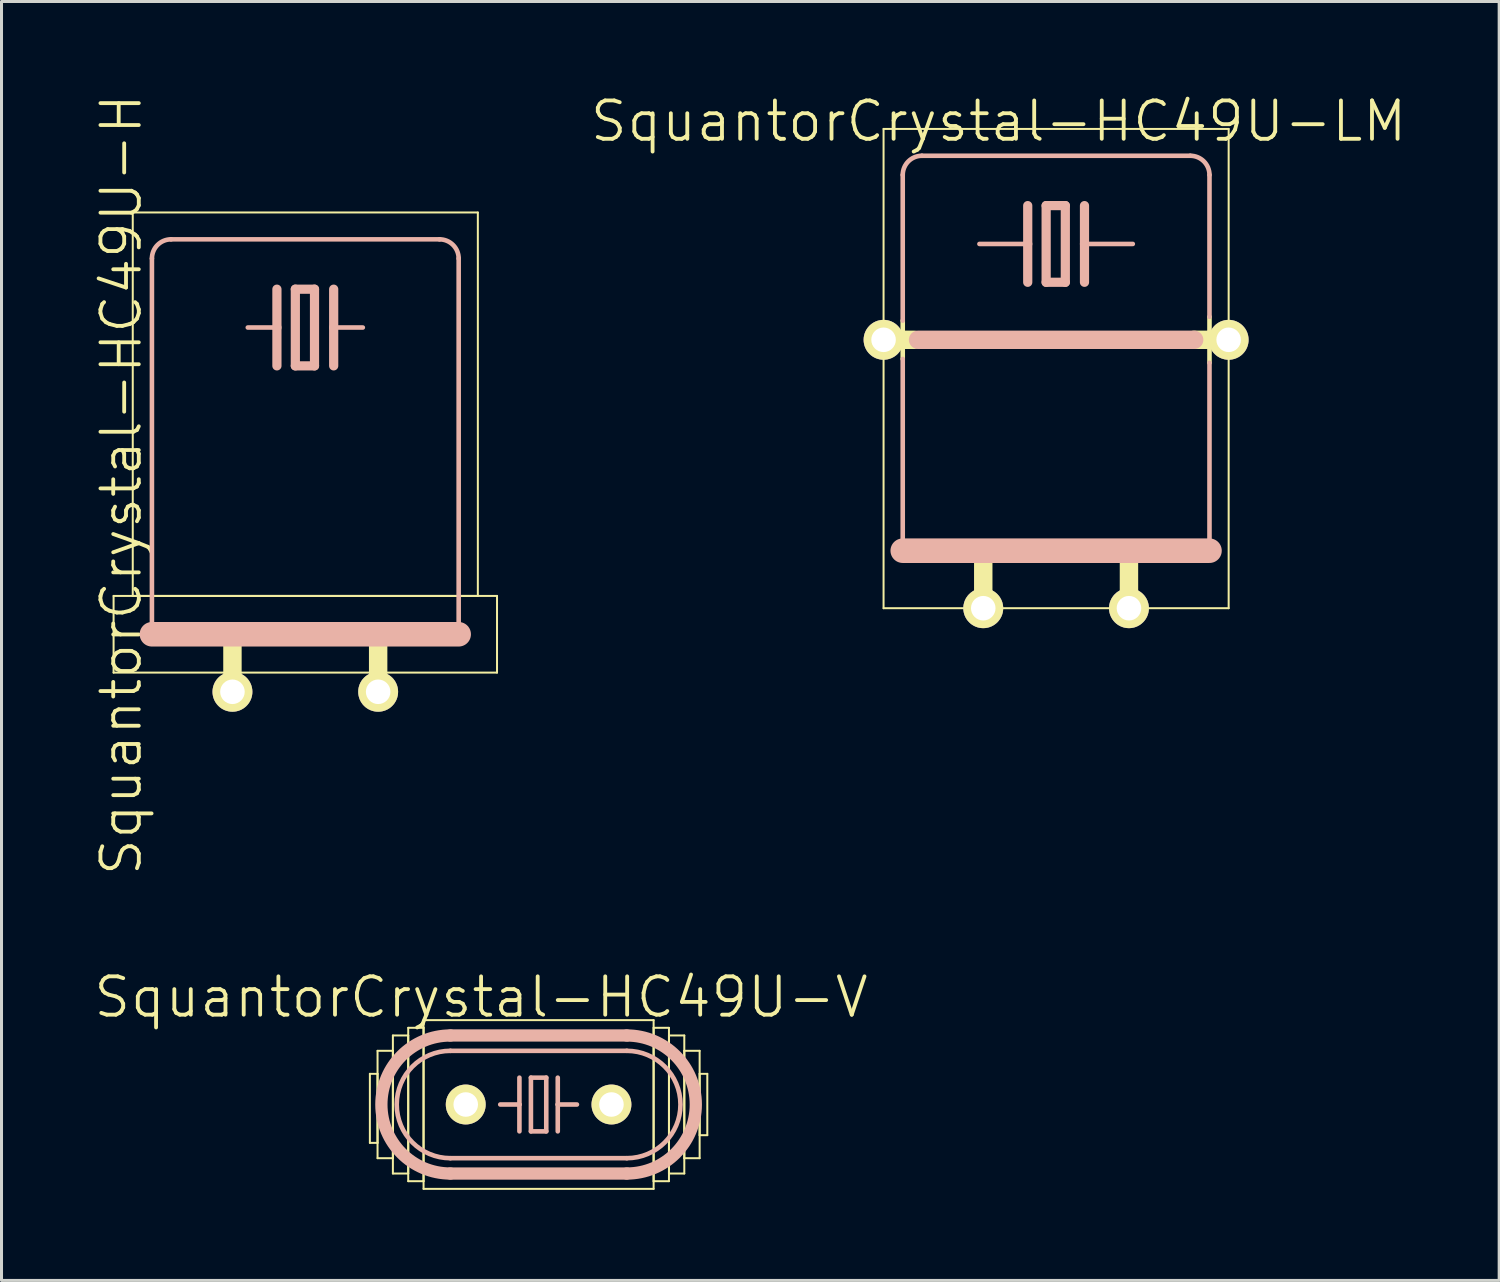
<source format=kicad_pcb>
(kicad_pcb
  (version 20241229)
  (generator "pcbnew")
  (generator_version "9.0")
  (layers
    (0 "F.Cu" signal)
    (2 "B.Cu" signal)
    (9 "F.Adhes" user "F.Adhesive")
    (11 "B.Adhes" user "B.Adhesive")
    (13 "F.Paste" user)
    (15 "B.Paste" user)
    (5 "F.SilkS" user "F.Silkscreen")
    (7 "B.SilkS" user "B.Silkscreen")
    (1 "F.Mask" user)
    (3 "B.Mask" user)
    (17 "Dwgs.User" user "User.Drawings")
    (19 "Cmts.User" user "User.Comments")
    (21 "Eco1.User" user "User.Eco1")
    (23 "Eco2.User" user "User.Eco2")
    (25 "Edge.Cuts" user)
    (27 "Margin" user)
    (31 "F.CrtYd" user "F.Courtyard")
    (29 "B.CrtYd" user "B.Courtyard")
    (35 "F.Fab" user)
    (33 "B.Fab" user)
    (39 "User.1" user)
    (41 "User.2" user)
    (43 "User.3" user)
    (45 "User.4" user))
  (footprint "SquantorCrystal-HC49U-V"
    (layer "F.Cu")
    (at 14.789 33.533)
    (property "Reference" "SquantorCrystal-HC49U-V" (at -1.905 -3.556 0) (layer "F.SilkS") (effects (font (size 1.27 1.27) (thickness 0.127))))
    (attr exclude_from_pos_files exclude_from_bom)
    (fp_line (start -5.588 -1.016) (end -5.334 -1.016) (stroke (width 0.066) (type solid)) (layer "F.SilkS"))
    (fp_line (start -5.588 1.27) (end -5.588 -1.016) (stroke (width 0.066) (type solid)) (layer "F.SilkS"))
    (fp_line (start -5.588 1.27) (end -5.334 1.27) (stroke (width 0.066) (type solid)) (layer "F.SilkS"))
    (fp_line (start -5.334 -1.778) (end -4.826 -1.778) (stroke (width 0.066) (type solid)) (layer "F.SilkS"))
    (fp_line (start -5.334 1.27) (end -5.334 -1.016) (stroke (width 0.066) (type solid)) (layer "F.SilkS"))
    (fp_line (start -5.334 1.778) (end -5.334 -1.778) (stroke (width 0.066) (type solid)) (layer "F.SilkS"))
    (fp_line (start -5.334 1.778) (end -4.826 1.778) (stroke (width 0.066) (type solid)) (layer "F.SilkS"))
    (fp_line (start -4.826 -2.286) (end -4.318 -2.286) (stroke (width 0.066) (type solid)) (layer "F.SilkS"))
    (fp_line (start -4.826 1.778) (end -4.826 -1.778) (stroke (width 0.066) (type solid)) (layer "F.SilkS"))
    (fp_line (start -4.826 2.286) (end -4.826 -2.286) (stroke (width 0.066) (type solid)) (layer "F.SilkS"))
    (fp_line (start -4.826 2.286) (end -4.318 2.286) (stroke (width 0.066) (type solid)) (layer "F.SilkS"))
    (fp_line (start -4.318 -2.54) (end -3.81 -2.54) (stroke (width 0.066) (type solid)) (layer "F.SilkS"))
    (fp_line (start -4.318 2.286) (end -4.318 -2.286) (stroke (width 0.066) (type solid)) (layer "F.SilkS"))
    (fp_line (start -4.318 2.54) (end -4.318 -2.54) (stroke (width 0.066) (type solid)) (layer "F.SilkS"))
    (fp_line (start -4.318 2.54) (end -3.81 2.54) (stroke (width 0.066) (type solid)) (layer "F.SilkS"))
    (fp_line (start -3.81 -2.794) (end 3.81 -2.794) (stroke (width 0.066) (type solid)) (layer "F.SilkS"))
    (fp_line (start -3.81 2.54) (end -3.81 -2.54) (stroke (width 0.066) (type solid)) (layer "F.SilkS"))
    (fp_line (start -3.81 2.794) (end -3.81 -2.794) (stroke (width 0.066) (type solid)) (layer "F.SilkS"))
    (fp_line (start -3.81 2.794) (end 3.81 2.794) (stroke (width 0.066) (type solid)) (layer "F.SilkS"))
    (fp_line (start 3.81 -2.54) (end 4.318 -2.54) (stroke (width 0.066) (type solid)) (layer "F.SilkS"))
    (fp_line (start 3.81 2.54) (end 3.81 -2.54) (stroke (width 0.066) (type solid)) (layer "F.SilkS"))
    (fp_line (start 3.81 2.54) (end 4.318 2.54) (stroke (width 0.066) (type solid)) (layer "F.SilkS"))
    (fp_line (start 3.81 2.794) (end 3.81 -2.794) (stroke (width 0.066) (type solid)) (layer "F.SilkS"))
    (fp_line (start 4.318 -2.286) (end 4.826 -2.286) (stroke (width 0.066) (type solid)) (layer "F.SilkS"))
    (fp_line (start 4.318 2.286) (end 4.318 -2.286) (stroke (width 0.066) (type solid)) (layer "F.SilkS"))
    (fp_line (start 4.318 2.286) (end 4.826 2.286) (stroke (width 0.066) (type solid)) (layer "F.SilkS"))
    (fp_line (start 4.318 2.54) (end 4.318 -2.54) (stroke (width 0.066) (type solid)) (layer "F.SilkS"))
    (fp_line (start 4.826 -1.778) (end 5.334 -1.778) (stroke (width 0.066) (type solid)) (layer "F.SilkS"))
    (fp_line (start 4.826 1.778) (end 4.826 -1.778) (stroke (width 0.066) (type solid)) (layer "F.SilkS"))
    (fp_line (start 4.826 1.778) (end 5.334 1.778) (stroke (width 0.066) (type solid)) (layer "F.SilkS"))
    (fp_line (start 4.826 2.286) (end 4.826 -2.286) (stroke (width 0.066) (type solid)) (layer "F.SilkS"))
    (fp_line (start 5.334 -1.016) (end 5.588 -1.016) (stroke (width 0.066) (type solid)) (layer "F.SilkS"))
    (fp_line (start 5.334 1.016) (end 5.334 -1.016) (stroke (width 0.066) (type solid)) (layer "F.SilkS"))
    (fp_line (start 5.334 1.016) (end 5.588 1.016) (stroke (width 0.066) (type solid)) (layer "F.SilkS"))
    (fp_line (start 5.334 1.778) (end 5.334 -1.778) (stroke (width 0.066) (type solid)) (layer "F.SilkS"))
    (fp_line (start 5.588 1.016) (end 5.588 -1.016) (stroke (width 0.066) (type solid)) (layer "F.SilkS"))
    (fp_line (start -2.921 -2.286) (end 2.921 -2.286) (stroke (width 0.406) (type solid)) (layer "B.SilkS"))
    (fp_line (start -2.921 1.778) (end 2.921 1.778) (stroke (width 0.152) (type solid)) (layer "B.SilkS"))
    (fp_line (start -2.921 2.286) (end 2.921 2.286) (stroke (width 0.406) (type solid)) (layer "B.SilkS"))
    (fp_line (start -0.635 -0.889) (end -0.635 0) (stroke (width 0.152) (type solid)) (layer "B.SilkS"))
    (fp_line (start -0.635 0) (end -1.27 0) (stroke (width 0.152) (type solid)) (layer "B.SilkS"))
    (fp_line (start -0.635 0) (end -0.635 0.889) (stroke (width 0.152) (type solid)) (layer "B.SilkS"))
    (fp_line (start -0.254 -0.889) (end 0.254 -0.889) (stroke (width 0.152) (type solid)) (layer "B.SilkS"))
    (fp_line (start -0.254 0.889) (end -0.254 -0.889) (stroke (width 0.152) (type solid)) (layer "B.SilkS"))
    (fp_line (start 0.254 -0.889) (end 0.254 0.889) (stroke (width 0.152) (type solid)) (layer "B.SilkS"))
    (fp_line (start 0.254 0.889) (end -0.254 0.889) (stroke (width 0.152) (type solid)) (layer "B.SilkS"))
    (fp_line (start 0.635 -0.889) (end 0.635 0) (stroke (width 0.152) (type solid)) (layer "B.SilkS"))
    (fp_line (start 0.635 0) (end 0.635 0.889) (stroke (width 0.152) (type solid)) (layer "B.SilkS"))
    (fp_line (start 0.635 0) (end 1.27 0) (stroke (width 0.152) (type solid)) (layer "B.SilkS"))
    (fp_line (start 2.921 -1.778) (end -2.921 -1.778) (stroke (width 0.152) (type solid)) (layer "B.SilkS"))
    (fp_arc (start -2.921 1.778) (mid -4.699 0) (end -2.921 -1.778) (stroke (width 0.1524) (type solid)) (layer "B.SilkS"))
    (fp_arc (start -2.921 2.286) (mid -5.207 0) (end -2.921 -2.286) (stroke (width 0.4064) (type solid)) (layer "B.SilkS"))
    (fp_arc (start 2.921 -2.286) (mid 5.207 0) (end 2.921 2.286) (stroke (width 0.4064) (type solid)) (layer "B.SilkS"))
    (fp_arc (start 2.921 -1.778) (mid 4.699 0) (end 2.921 1.778) (stroke (width 0.1524) (type solid)) (layer "B.SilkS"))
    (pad "1" thru_hole circle (at -2.413 0) (size 1.321 1.321) (drill 0.813) (layers "*.Cu" "F.Mask" "F.SilkS" "F.Paste"))
    (pad "2" thru_hole circle (at 2.413 0) (size 1.321 1.321) (drill 0.813) (layers "*.Cu" "F.Mask" "F.SilkS" "F.Paste")))
  (footprint "SquantorCrystal-HC49U-H"
    (layer "F.Cu")
    (at 7.062 14.783)
    (property "Reference" "SquantorCrystal-HC49U-H" (at -6.096 -1.778 90) (layer "F.SilkS") (effects (font (size 1.27 1.27) (thickness 0.127))))
    (attr exclude_from_pos_files exclude_from_bom)
    (fp_line (start -6.35 1.905) (end 6.35 1.905) (stroke (width 0.066) (type solid)) (layer "F.SilkS"))
    (fp_line (start -6.35 4.445) (end -6.35 1.905) (stroke (width 0.066) (type solid)) (layer "F.SilkS"))
    (fp_line (start -6.35 4.445) (end 6.35 4.445) (stroke (width 0.066) (type solid)) (layer "F.SilkS"))
    (fp_line (start -5.715 -10.795) (end 5.715 -10.795) (stroke (width 0.066) (type solid)) (layer "F.SilkS"))
    (fp_line (start -5.715 1.905) (end -5.715 -10.795) (stroke (width 0.066) (type solid)) (layer "F.SilkS"))
    (fp_line (start -5.715 1.905) (end 5.715 1.905) (stroke (width 0.066) (type solid)) (layer "F.SilkS"))
    (fp_line (start -2.413 3.302) (end -2.413 5.08) (stroke (width 0.61) (type solid)) (layer "F.SilkS"))
    (fp_line (start 2.413 3.302) (end 2.413 5.08) (stroke (width 0.61) (type solid)) (layer "F.SilkS"))
    (fp_line (start 5.715 1.905) (end 5.715 -10.795) (stroke (width 0.066) (type solid)) (layer "F.SilkS"))
    (fp_line (start 6.35 4.445) (end 6.35 1.905) (stroke (width 0.066) (type solid)) (layer "F.SilkS"))
    (fp_line (start -5.08 -9.271) (end -5.08 3.175) (stroke (width 0.152) (type solid)) (layer "B.SilkS"))
    (fp_line (start -5.08 3.175) (end 5.08 3.175) (stroke (width 0.813) (type solid)) (layer "B.SilkS"))
    (fp_line (start -0.94 -8.255) (end -0.94 -6.985) (stroke (width 0.305) (type solid)) (layer "B.SilkS"))
    (fp_line (start -0.94 -6.985) (end -1.905 -6.985) (stroke (width 0.152) (type solid)) (layer "B.SilkS"))
    (fp_line (start -0.94 -6.985) (end -0.94 -5.715) (stroke (width 0.305) (type solid)) (layer "B.SilkS"))
    (fp_line (start -0.33 -8.255) (end -0.33 -5.715) (stroke (width 0.305) (type solid)) (layer "B.SilkS"))
    (fp_line (start -0.33 -5.715) (end 0.305 -5.715) (stroke (width 0.305) (type solid)) (layer "B.SilkS"))
    (fp_line (start 0.305 -8.255) (end -0.33 -8.255) (stroke (width 0.305) (type solid)) (layer "B.SilkS"))
    (fp_line (start 0.305 -5.715) (end 0.305 -8.255) (stroke (width 0.305) (type solid)) (layer "B.SilkS"))
    (fp_line (start 0.94 -8.255) (end 0.94 -6.985) (stroke (width 0.305) (type solid)) (layer "B.SilkS"))
    (fp_line (start 0.94 -6.985) (end 0.94 -5.715) (stroke (width 0.305) (type solid)) (layer "B.SilkS"))
    (fp_line (start 0.94 -6.985) (end 1.905 -6.985) (stroke (width 0.152) (type solid)) (layer "B.SilkS"))
    (fp_line (start 4.445 -9.906) (end -4.445 -9.906) (stroke (width 0.152) (type solid)) (layer "B.SilkS"))
    (fp_line (start 5.08 3.175) (end 5.08 -9.271) (stroke (width 0.152) (type solid)) (layer "B.SilkS"))
    (fp_arc (start -5.08 -9.271) (mid -4.894013 -9.720013) (end -4.445 -9.906) (stroke (width 0.1524) (type solid)) (layer "B.SilkS"))
    (fp_arc (start 4.445 -9.906) (mid 4.894013 -9.720013) (end 5.08 -9.271) (stroke (width 0.1524) (type solid)) (layer "B.SilkS"))
    (pad "1" thru_hole circle (at -2.413 5.08) (size 1.321 1.321) (drill 0.813) (layers "*.Cu" "F.Mask" "F.SilkS" "F.Paste"))
    (pad "2" thru_hole circle (at 2.413 5.08) (size 1.321 1.321) (drill 0.813) (layers "*.Cu" "F.Mask" "F.SilkS" "F.Paste")))
  (footprint "SquantorCrystal-HC49U-LM"
    (layer "F.Cu")
    (at 31.93 12.015)
    (property "Reference" "SquantorCrystal-HC49U-LM" (at -1.905 -11.049 0) (layer "F.SilkS") (effects (font (size 1.27 1.27) (thickness 0.127))))
    (attr exclude_from_pos_files exclude_from_bom)
    (fp_line (start -5.715 -10.795) (end 5.715 -10.795) (stroke (width 0.066) (type solid)) (layer "F.SilkS"))
    (fp_line (start -5.715 5.08) (end -5.715 -10.795) (stroke (width 0.066) (type solid)) (layer "F.SilkS"))
    (fp_line (start -5.715 5.08) (end 5.715 5.08) (stroke (width 0.066) (type solid)) (layer "F.SilkS"))
    (fp_line (start -5.08 -4.445) (end -5.08 -3.175) (stroke (width 0.152) (type solid)) (layer "F.SilkS"))
    (fp_line (start -4.699 -3.81) (end -5.715 -3.81) (stroke (width 0.61) (type solid)) (layer "F.SilkS"))
    (fp_line (start -2.413 3.302) (end -2.413 5.08) (stroke (width 0.61) (type solid)) (layer "F.SilkS"))
    (fp_line (start 2.413 3.302) (end 2.413 5.08) (stroke (width 0.61) (type solid)) (layer "F.SilkS"))
    (fp_line (start 4.572 -3.81) (end 5.08 -3.81) (stroke (width 0.61) (type solid)) (layer "F.SilkS"))
    (fp_line (start 5.08 -3.81) (end 5.08 -4.572) (stroke (width 0.152) (type solid)) (layer "F.SilkS"))
    (fp_line (start 5.08 -3.81) (end 5.08 -3.048) (stroke (width 0.152) (type solid)) (layer "F.SilkS"))
    (fp_line (start 5.08 -3.81) (end 5.715 -3.81) (stroke (width 0.61) (type solid)) (layer "F.SilkS"))
    (fp_line (start 5.715 5.08) (end 5.715 -10.795) (stroke (width 0.066) (type solid)) (layer "F.SilkS"))
    (fp_line (start -5.08 -4.445) (end -5.08 -9.271) (stroke (width 0.152) (type solid)) (layer "B.SilkS"))
    (fp_line (start -5.08 -3.175) (end -5.08 3.175) (stroke (width 0.152) (type solid)) (layer "B.SilkS"))
    (fp_line (start -5.08 3.175) (end 5.08 3.175) (stroke (width 0.813) (type solid)) (layer "B.SilkS"))
    (fp_line (start -4.572 -3.81) (end 4.572 -3.81) (stroke (width 0.61) (type solid)) (layer "B.SilkS"))
    (fp_line (start -0.94 -8.255) (end -0.94 -6.985) (stroke (width 0.305) (type solid)) (layer "B.SilkS"))
    (fp_line (start -0.94 -6.985) (end -2.54 -6.985) (stroke (width 0.152) (type solid)) (layer "B.SilkS"))
    (fp_line (start -0.94 -6.985) (end -0.94 -5.715) (stroke (width 0.305) (type solid)) (layer "B.SilkS"))
    (fp_line (start -0.33 -8.255) (end -0.33 -5.715) (stroke (width 0.305) (type solid)) (layer "B.SilkS"))
    (fp_line (start -0.33 -5.715) (end 0.305 -5.715) (stroke (width 0.305) (type solid)) (layer "B.SilkS"))
    (fp_line (start 0.305 -8.255) (end -0.33 -8.255) (stroke (width 0.305) (type solid)) (layer "B.SilkS"))
    (fp_line (start 0.305 -5.715) (end 0.305 -8.255) (stroke (width 0.305) (type solid)) (layer "B.SilkS"))
    (fp_line (start 0.94 -8.255) (end 0.94 -6.985) (stroke (width 0.305) (type solid)) (layer "B.SilkS"))
    (fp_line (start 0.94 -6.985) (end 0.94 -5.715) (stroke (width 0.305) (type solid)) (layer "B.SilkS"))
    (fp_line (start 0.94 -6.985) (end 2.54 -6.985) (stroke (width 0.152) (type solid)) (layer "B.SilkS"))
    (fp_line (start 4.445 -9.906) (end -4.445 -9.906) (stroke (width 0.152) (type solid)) (layer "B.SilkS"))
    (fp_line (start 5.08 -4.572) (end 5.08 -9.271) (stroke (width 0.152) (type solid)) (layer "B.SilkS"))
    (fp_line (start 5.08 -3.048) (end 5.08 3.175) (stroke (width 0.152) (type solid)) (layer "B.SilkS"))
    (fp_arc (start -5.08 -9.271) (mid -4.894013 -9.720013) (end -4.445 -9.906) (stroke (width 0.1524) (type solid)) (layer "B.SilkS"))
    (fp_arc (start 4.445 -9.906) (mid 4.894013 -9.720013) (end 5.08 -9.271) (stroke (width 0.1524) (type solid)) (layer "B.SilkS"))
    (pad "1" thru_hole circle (at -2.413 5.08) (size 1.321 1.321) (drill 0.813) (layers "*.Cu" "F.Mask" "F.SilkS" "F.Paste"))
    (pad "2" thru_hole circle (at 2.413 5.08) (size 1.321 1.321) (drill 0.813) (layers "*.Cu" "F.Mask" "F.SilkS" "F.Paste"))
    (pad "M" thru_hole circle (at -5.715 -3.81) (size 1.321 1.321) (drill 0.813) (layers "*.Cu" "F.Mask" "F.SilkS" "F.Paste"))
    (pad "M1" thru_hole circle (at 5.715 -3.81) (size 1.321 1.321) (drill 0.813) (layers "*.Cu" "F.Mask" "F.SilkS" "F.Paste")))
  (gr_rect
    (start -3 -3)
    (end 46.605 39.36)
    (stroke (width 0.1) (type default))
    (fill no)
    (layer "Edge.Cuts")))
</source>
